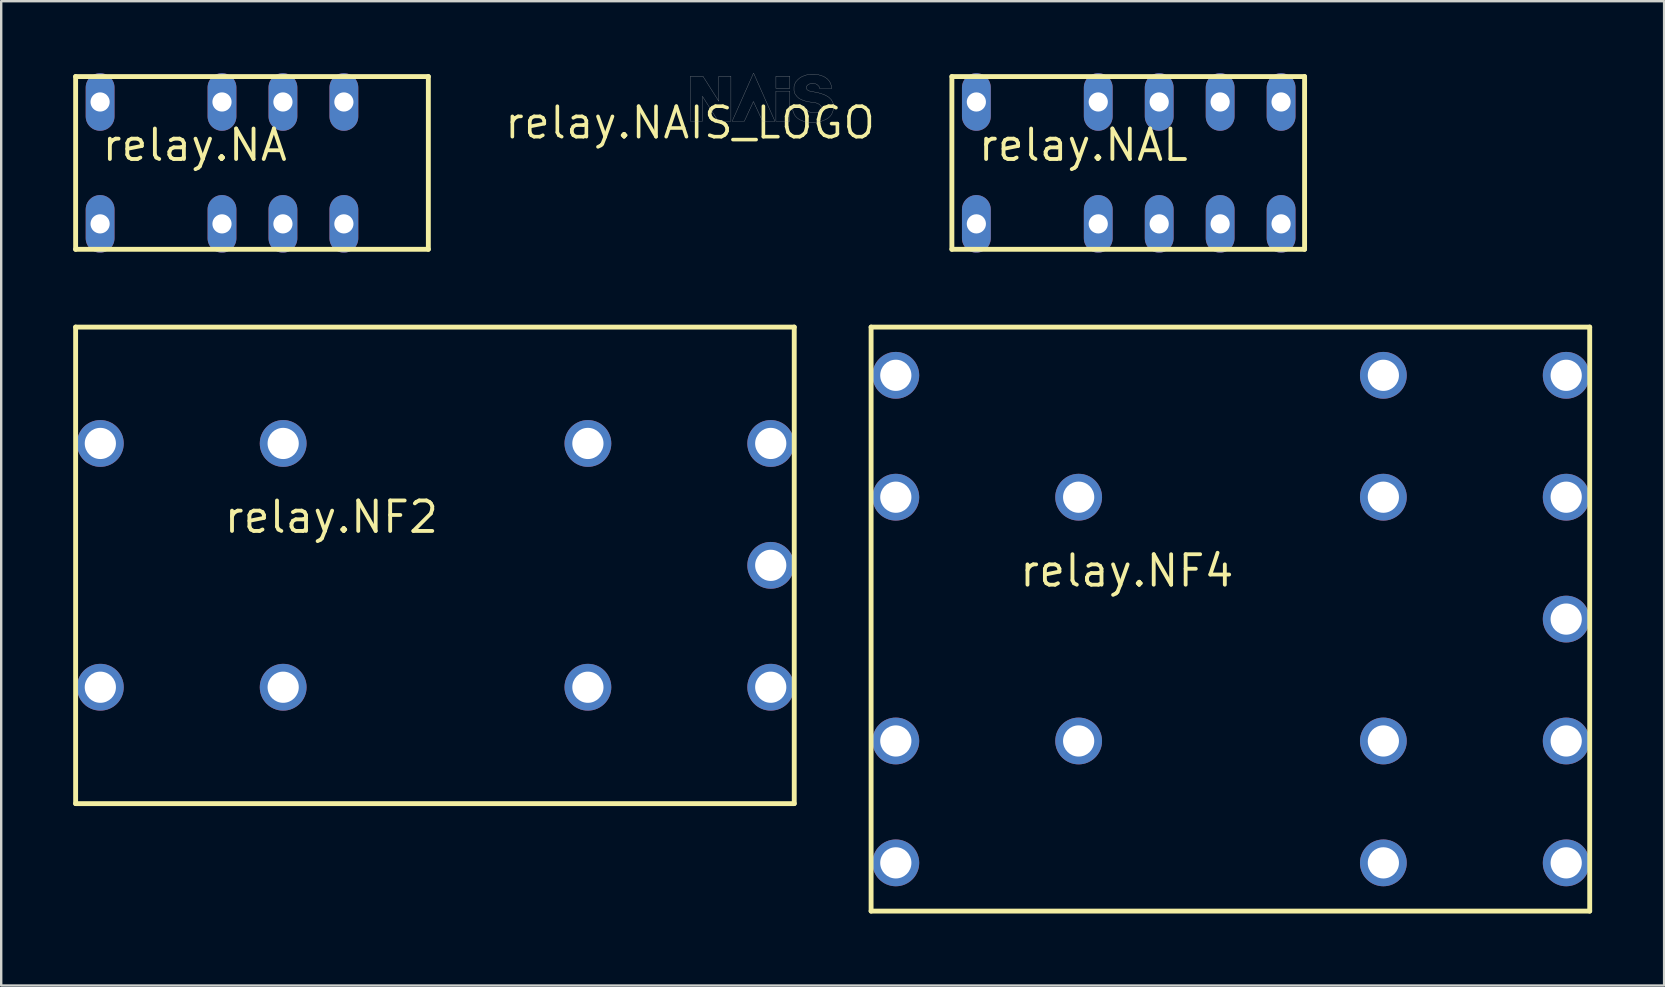
<source format=kicad_pcb>
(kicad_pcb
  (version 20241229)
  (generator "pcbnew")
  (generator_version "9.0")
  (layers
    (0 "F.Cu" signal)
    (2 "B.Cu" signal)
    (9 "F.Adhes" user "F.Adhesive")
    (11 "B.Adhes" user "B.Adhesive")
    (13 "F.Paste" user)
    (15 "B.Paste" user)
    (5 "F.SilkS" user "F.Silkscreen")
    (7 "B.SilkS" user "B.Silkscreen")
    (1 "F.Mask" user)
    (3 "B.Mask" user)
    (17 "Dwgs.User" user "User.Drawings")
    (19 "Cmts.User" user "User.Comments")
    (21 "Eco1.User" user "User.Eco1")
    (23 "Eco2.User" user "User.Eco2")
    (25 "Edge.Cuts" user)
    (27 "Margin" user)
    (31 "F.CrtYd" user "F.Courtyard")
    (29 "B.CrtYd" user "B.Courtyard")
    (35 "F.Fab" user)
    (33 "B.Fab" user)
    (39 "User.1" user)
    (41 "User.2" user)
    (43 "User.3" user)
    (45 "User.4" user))
  (footprint "relay.NAIS_LOGO"
    (layer "F.Cu")
    (at 25.712 2.067)
    (property "Reference" "relay.NAIS_LOGO" (at 0 0 0) (layer "F.SilkS") (effects (font (size 1.27 1.27) (thickness 0.15))))
    (fp_poly (pts (xy 3.577 -1.433) (xy 4.154 -1.433) (xy 4.154 -1.938) (xy 3.577 -1.938)) (stroke (width 0.01) (type default)) (fill no) (layer "F.Fab"))
    (fp_poly (pts (xy 3.577 -0.062) (xy 4.154 -0.062) (xy 4.154 -1.32) (xy 3.577 -1.32)) (stroke (width 0.01) (type default)) (fill no) (layer "F.Fab"))
    (fp_poly (pts (xy 1.752 -0.062) (xy 2.258 -0.062) (xy 2.639 -0.887) (xy 3.021 -0.062) (xy 3.536 -0.062) (xy 2.649 -2.062) (xy 2.639 -2.062)) (stroke (width 0.01) (type default)) (fill no) (layer "F.Fab"))
    (fp_poly (pts (xy 0.01 -0.062) (xy 0.515 -0.062) (xy 0.515 -1.103) (xy 1.175 -0.062) (xy 1.701 -0.062) (xy 1.701 -1.938) (xy 1.196 -1.938) (xy 1.196 -0.897) (xy 0.536 -1.938) (xy 0.01 -1.938)) (stroke (width 0.01) (type default)) (fill no) (layer "F.Fab"))
    (fp_poly (pts (xy 5.402 -1.423) (xy 5.897 -1.423) (xy 5.886 -1.536) (xy 5.856 -1.639) (xy 5.804 -1.732) (xy 5.721 -1.825) (xy 5.639 -1.887) (xy 5.567 -1.928) (xy 5.464 -1.969) (xy 5.35 -2) (xy 5.227 -2.021) (xy 5 -2.021) (xy 4.876 -2) (xy 4.773 -1.969) (xy 4.649 -1.917) (xy 4.567 -1.866) (xy 4.484 -1.794) (xy 4.402 -1.701) (xy 4.35 -1.588) (xy 4.33 -1.505) (xy 4.33 -1.34) (xy 4.371 -1.206) (xy 4.454 -1.093) (xy 4.546 -1.01) (xy 4.701 -0.938) (xy 4.866 -0.887) (xy 4.99 -0.866) (xy 5.082 -0.856) (xy 5.165 -0.845) (xy 5.258 -0.825) (xy 5.34 -0.794) (xy 5.412 -0.742) (xy 5.454 -0.691) (xy 5.474 -0.639) (xy 5.474 -0.577) (xy 5.443 -0.526) (xy 5.402 -0.484) (xy 5.319 -0.443) (xy 5.237 -0.423) (xy 5.154 -0.412) (xy 5.021 -0.433) (xy 4.928 -0.464) (xy 4.845 -0.526) (xy 4.804 -0.577) (xy 4.783 -0.639) (xy 4.773 -0.67) (xy 4.268 -0.67) (xy 4.268 -0.588) (xy 4.299 -0.443) (xy 4.371 -0.299) (xy 4.443 -0.216) (xy 4.557 -0.134) (xy 4.701 -0.072) (xy 4.856 -0.031) (xy 4.948 -0.021) (xy 5.206 -0.021) (xy 5.361 -0.041) (xy 5.495 -0.072) (xy 5.649 -0.134) (xy 5.752 -0.196) (xy 5.825 -0.258) (xy 5.897 -0.35) (xy 5.948 -0.474) (xy 5.969 -0.557) (xy 5.969 -0.773) (xy 5.948 -0.845) (xy 5.886 -0.959) (xy 5.783 -1.062) (xy 5.649 -1.144) (xy 5.464 -1.216) (xy 5.309 -1.258) (xy 5.144 -1.289) (xy 5.021 -1.309) (xy 4.928 -1.34) (xy 4.876 -1.381) (xy 4.845 -1.433) (xy 4.845 -1.495) (xy 4.866 -1.536) (xy 4.917 -1.588) (xy 4.979 -1.619) (xy 5.051 -1.639) (xy 5.134 -1.639) (xy 5.206 -1.629) (xy 5.268 -1.608) (xy 5.309 -1.577) (xy 5.371 -1.515) (xy 5.392 -1.464)) (stroke (width 0.01) (type default)) (fill no) (layer "F.Fab")))
  (footprint "relay.NF4"
    (layer "F.Cu")
    (at 48.255 22.752)
    (property "Reference" "relay.NF4" (at -8.89 -1.27 0) (layer "F.SilkS") (effects (font (size 1.27 1.27) (thickness 0.16)) (justify left bottom)))
    (attr through_hole)
    (fp_line (start -15 -12.17) (end 14.95 -12.17) (stroke (width 0.203) (type default)) (layer "F.SilkS"))
    (fp_line (start -15 12.17) (end -15 -12.17) (stroke (width 0.203) (type default)) (layer "F.SilkS"))
    (fp_line (start 14.95 -12.17) (end 14.95 12.17) (stroke (width 0.203) (type default)) (layer "F.SilkS"))
    (fp_line (start 14.95 12.17) (end -15 12.17) (stroke (width 0.203) (type default)) (layer "F.SilkS"))
    (pad "1" thru_hole circle (at -6.35 5.08 180) (size 1.95 1.95) (drill 1.3) (layers "*.Cu" "*.Mask"))
    (pad "2" thru_hole circle (at -6.35 -5.08 180) (size 1.95 1.95) (drill 1.3) (layers "*.Cu" "*.Mask"))
    (pad "C1" thru_hole circle (at -13.97 5.08 180) (size 1.95 1.95) (drill 1.3) (layers "*.Cu" "*.Mask"))
    (pad "C2" thru_hole circle (at -13.97 -5.08 180) (size 1.95 1.95) (drill 1.3) (layers "*.Cu" "*.Mask"))
    (pad "C3" thru_hole circle (at -13.97 -10.16 180) (size 1.95 1.95) (drill 1.3) (layers "*.Cu" "*.Mask"))
    (pad "C4" thru_hole circle (at -13.97 10.16 180) (size 1.95 1.95) (drill 1.3) (layers "*.Cu" "*.Mask"))
    (pad "G" thru_hole circle (at 13.97 0 180) (size 1.95 1.95) (drill 1.3) (layers "*.Cu" "*.Mask"))
    (pad "NC1" thru_hole circle (at 6.35 5.08 180) (size 1.95 1.95) (drill 1.3) (layers "*.Cu" "*.Mask"))
    (pad "NC2" thru_hole circle (at 6.35 -5.08 180) (size 1.95 1.95) (drill 1.3) (layers "*.Cu" "*.Mask"))
    (pad "NC3" thru_hole circle (at 6.35 -10.16 180) (size 1.95 1.95) (drill 1.3) (layers "*.Cu" "*.Mask"))
    (pad "NC4" thru_hole circle (at 6.35 10.16 180) (size 1.95 1.95) (drill 1.3) (layers "*.Cu" "*.Mask"))
    (pad "NO1" thru_hole circle (at 13.97 5.08 180) (size 1.95 1.95) (drill 1.3) (layers "*.Cu" "*.Mask"))
    (pad "NO2" thru_hole circle (at 13.97 -5.08 180) (size 1.95 1.95) (drill 1.3) (layers "*.Cu" "*.Mask"))
    (pad "NO3" thru_hole circle (at 13.97 -10.16 180) (size 1.95 1.95) (drill 1.3) (layers "*.Cu" "*.Mask"))
    (pad "NO4" thru_hole circle (at 13.97 10.16 180) (size 1.95 1.95) (drill 1.3) (layers "*.Cu" "*.Mask")))
  (footprint "relay.NA"
    (layer "F.Cu")
    (at 7.472 3.74)
    (property "Reference" "relay.NA" (at -6.35 0 0) (layer "F.SilkS") (effects (font (size 1.27 1.27) (thickness 0.16)) (justify left bottom)))
    (attr through_hole)
    (fp_line (start -7.37 -3.6) (end -7.37 3.6) (stroke (width 0.203) (type default)) (layer "F.SilkS"))
    (fp_line (start -7.37 3.6) (end 7.33 3.6) (stroke (width 0.203) (type default)) (layer "F.SilkS"))
    (fp_line (start 7.33 -3.6) (end -7.37 -3.6) (stroke (width 0.203) (type default)) (layer "F.SilkS"))
    (fp_line (start 7.33 3.6) (end 7.33 -3.6) (stroke (width 0.203) (type default)) (layer "F.SilkS"))
    (pad "1" thru_hole oval (at -6.35 2.54 90) (size 2.4 1.2) (drill 0.8) (layers "*.Cu" "*.Mask"))
    (pad "3" thru_hole oval (at -1.27 2.54 90) (size 2.4 1.2) (drill 0.8) (layers "*.Cu" "*.Mask"))
    (pad "4" thru_hole oval (at 1.27 2.54 90) (size 2.4 1.2) (drill 0.8) (layers "*.Cu" "*.Mask"))
    (pad "5" thru_hole oval (at 3.81 2.54 90) (size 2.4 1.2) (drill 0.8) (layers "*.Cu" "*.Mask"))
    (pad "8" thru_hole oval (at 3.81 -2.54 90) (size 2.4 1.2) (drill 0.8) (layers "*.Cu" "*.Mask"))
    (pad "9" thru_hole oval (at 1.27 -2.54 90) (size 2.4 1.2) (drill 0.8) (layers "*.Cu" "*.Mask"))
    (pad "10" thru_hole oval (at -1.27 -2.54 90) (size 2.4 1.2) (drill 0.8) (layers "*.Cu" "*.Mask"))
    (pad "12" thru_hole oval (at -6.35 -2.54 90) (size 2.4 1.2) (drill 0.8) (layers "*.Cu" "*.Mask")))
  (footprint "relay.NAL"
    (layer "F.Cu")
    (at 43.992 3.74)
    (property "Reference" "relay.NAL" (at -6.35 0 0) (layer "F.SilkS") (effects (font (size 1.27 1.27) (thickness 0.16)) (justify left bottom)))
    (attr through_hole)
    (fp_line (start -7.37 -3.6) (end -7.37 3.6) (stroke (width 0.203) (type default)) (layer "F.SilkS"))
    (fp_line (start -7.37 3.6) (end 7.33 3.6) (stroke (width 0.203) (type default)) (layer "F.SilkS"))
    (fp_line (start 7.33 -3.6) (end -7.37 -3.6) (stroke (width 0.203) (type default)) (layer "F.SilkS"))
    (fp_line (start 7.33 3.6) (end 7.33 -3.6) (stroke (width 0.203) (type default)) (layer "F.SilkS"))
    (pad "1" thru_hole oval (at -6.35 2.54 90) (size 2.4 1.2) (drill 0.8) (layers "*.Cu" "*.Mask"))
    (pad "3" thru_hole oval (at -1.27 2.54 90) (size 2.4 1.2) (drill 0.8) (layers "*.Cu" "*.Mask"))
    (pad "4" thru_hole oval (at 1.27 2.54 90) (size 2.4 1.2) (drill 0.8) (layers "*.Cu" "*.Mask"))
    (pad "5" thru_hole oval (at 3.81 2.54 90) (size 2.4 1.2) (drill 0.8) (layers "*.Cu" "*.Mask"))
    (pad "6" thru_hole oval (at 6.35 2.54 90) (size 2.4 1.2) (drill 0.8) (layers "*.Cu" "*.Mask"))
    (pad "7" thru_hole oval (at 6.35 -2.54 90) (size 2.4 1.2) (drill 0.8) (layers "*.Cu" "*.Mask"))
    (pad "8" thru_hole oval (at 3.81 -2.54 90) (size 2.4 1.2) (drill 0.8) (layers "*.Cu" "*.Mask"))
    (pad "9" thru_hole oval (at 1.27 -2.54 90) (size 2.4 1.2) (drill 0.8) (layers "*.Cu" "*.Mask"))
    (pad "10" thru_hole oval (at -1.27 -2.54 90) (size 2.4 1.2) (drill 0.8) (layers "*.Cu" "*.Mask"))
    (pad "12" thru_hole oval (at -6.35 -2.54 90) (size 2.4 1.2) (drill 0.8) (layers "*.Cu" "*.Mask")))
  (footprint "relay.NF2"
    (layer "F.Cu")
    (at 15.102 20.512)
    (property "Reference" "relay.NF2" (at -8.89 -1.27 0) (layer "F.SilkS") (effects (font (size 1.27 1.27) (thickness 0.16)) (justify left bottom)))
    (attr through_hole)
    (fp_line (start -15 -9.93) (end 14.95 -9.93) (stroke (width 0.203) (type default)) (layer "F.SilkS"))
    (fp_line (start -15 9.93) (end -15 -9.93) (stroke (width 0.203) (type default)) (layer "F.SilkS"))
    (fp_line (start 14.95 -9.93) (end 14.95 9.93) (stroke (width 0.203) (type default)) (layer "F.SilkS"))
    (fp_line (start 14.95 9.93) (end -15 9.93) (stroke (width 0.203) (type default)) (layer "F.SilkS"))
    (pad "1" thru_hole circle (at -6.35 5.08 180) (size 1.95 1.95) (drill 1.3) (layers "*.Cu" "*.Mask"))
    (pad "2" thru_hole circle (at -6.35 -5.08 180) (size 1.95 1.95) (drill 1.3) (layers "*.Cu" "*.Mask"))
    (pad "C1" thru_hole circle (at -13.97 5.08 180) (size 1.95 1.95) (drill 1.3) (layers "*.Cu" "*.Mask"))
    (pad "C2" thru_hole circle (at -13.97 -5.08 180) (size 1.95 1.95) (drill 1.3) (layers "*.Cu" "*.Mask"))
    (pad "G" thru_hole circle (at 13.97 0 180) (size 1.95 1.95) (drill 1.3) (layers "*.Cu" "*.Mask"))
    (pad "NC1" thru_hole circle (at 6.35 5.08 180) (size 1.95 1.95) (drill 1.3) (layers "*.Cu" "*.Mask"))
    (pad "NC2" thru_hole circle (at 6.35 -5.08 180) (size 1.95 1.95) (drill 1.3) (layers "*.Cu" "*.Mask"))
    (pad "NO1" thru_hole circle (at 13.97 5.08 180) (size 1.95 1.95) (drill 1.3) (layers "*.Cu" "*.Mask"))
    (pad "NO2" thru_hole circle (at 13.97 -5.08 180) (size 1.95 1.95) (drill 1.3) (layers "*.Cu" "*.Mask")))
  (gr_rect
    (start -3 -3)
    (end 66.306 38.023)
    (stroke (width 0.1) (type default))
    (fill no)
    (layer "Edge.Cuts")))
</source>
